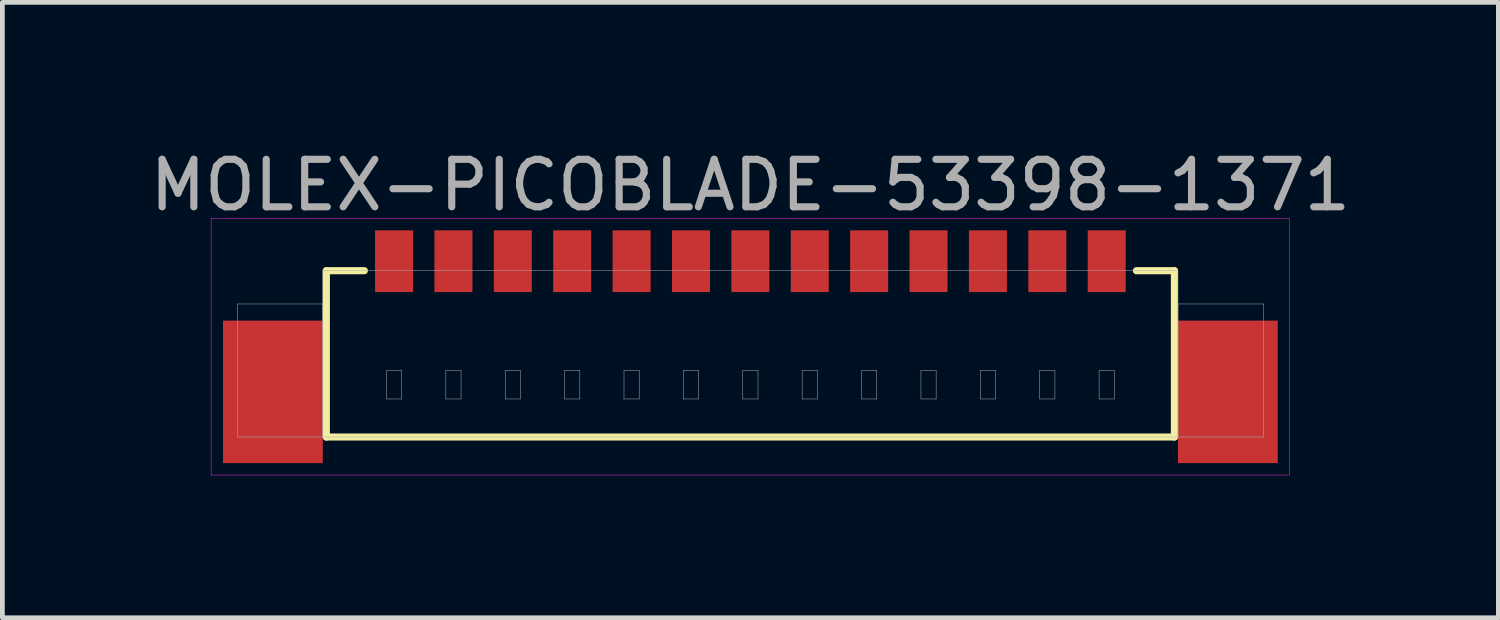
<source format=kicad_pcb>
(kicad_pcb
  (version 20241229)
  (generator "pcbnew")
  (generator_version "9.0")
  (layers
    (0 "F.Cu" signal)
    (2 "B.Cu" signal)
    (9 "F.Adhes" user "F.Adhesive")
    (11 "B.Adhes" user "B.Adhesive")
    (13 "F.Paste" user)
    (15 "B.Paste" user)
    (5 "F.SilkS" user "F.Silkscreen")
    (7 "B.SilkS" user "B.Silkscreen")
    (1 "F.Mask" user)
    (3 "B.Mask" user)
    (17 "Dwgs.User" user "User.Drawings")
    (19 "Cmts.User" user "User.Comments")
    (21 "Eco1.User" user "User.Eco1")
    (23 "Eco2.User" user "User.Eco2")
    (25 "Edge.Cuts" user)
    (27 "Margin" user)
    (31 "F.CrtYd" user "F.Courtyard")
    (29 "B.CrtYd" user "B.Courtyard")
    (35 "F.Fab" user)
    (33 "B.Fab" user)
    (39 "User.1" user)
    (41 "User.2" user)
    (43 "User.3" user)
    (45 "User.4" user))
  (footprint "MOLEX-PICOBLADE-53398-1371"
    (layer "F.Cu")
    (at 12.744 2.448)
    (property "Reference" "MOLEX-PICOBLADE-53398-1371" (at 0 -1.6 0) (layer "F.Fab") (effects (font (size 1 1) (thickness 0.15))))
    (attr smd)
    (fp_line (start -8.925 0.2) (end -8.925 3.7) (stroke (width 0.15) (type solid)) (layer "F.SilkS"))
    (fp_line (start -8.925 3.7) (end 8.925 3.7) (stroke (width 0.15) (type solid)) (layer "F.SilkS"))
    (fp_line (start -8.125 0.2) (end -8.925 0.2) (stroke (width 0.15) (type solid)) (layer "F.SilkS"))
    (fp_line (start 8.125 0.2) (end 8.925 0.2) (stroke (width 0.15) (type solid)) (layer "F.SilkS"))
    (fp_line (start 8.925 3.7) (end 8.925 0.2) (stroke (width 0.15) (type solid)) (layer "F.SilkS"))
    (fp_line (start -11.35 -0.9) (end 11.35 -0.9) (stroke (width 0.01) (type solid)) (layer "F.CrtYd"))
    (fp_line (start -11.35 4.5) (end -11.35 -0.9) (stroke (width 0.01) (type solid)) (layer "F.CrtYd"))
    (fp_line (start 11.35 -0.9) (end 11.35 4.5) (stroke (width 0.01) (type solid)) (layer "F.CrtYd"))
    (fp_line (start 11.35 4.5) (end -11.35 4.5) (stroke (width 0.01) (type solid)) (layer "F.CrtYd"))
    (fp_line (start -10.8 0.9) (end -9 0.9) (stroke (width 0.01) (type solid)) (layer "F.Fab"))
    (fp_line (start -10.8 3.7) (end -10.8 0.9) (stroke (width 0.01) (type solid)) (layer "F.Fab"))
    (fp_line (start -9 0.2) (end 9 0.2) (stroke (width 0.01) (type solid)) (layer "F.Fab"))
    (fp_line (start -9 0.9) (end -9 3.7) (stroke (width 0.01) (type solid)) (layer "F.Fab"))
    (fp_line (start -9 3.7) (end -10.8 3.7) (stroke (width 0.01) (type solid)) (layer "F.Fab"))
    (fp_line (start -9 3.7) (end -9 0.2) (stroke (width 0.01) (type solid)) (layer "F.Fab"))
    (fp_line (start -7.66 2.3) (end -7.34 2.3) (stroke (width 0.01) (type solid)) (layer "F.Fab"))
    (fp_line (start -7.66 2.9) (end -7.66 2.3) (stroke (width 0.01) (type solid)) (layer "F.Fab"))
    (fp_line (start -7.34 2.3) (end -7.34 2.9) (stroke (width 0.01) (type solid)) (layer "F.Fab"))
    (fp_line (start -7.34 2.9) (end -7.66 2.9) (stroke (width 0.01) (type solid)) (layer "F.Fab"))
    (fp_line (start -6.41 2.3) (end -6.09 2.3) (stroke (width 0.01) (type solid)) (layer "F.Fab"))
    (fp_line (start -6.41 2.9) (end -6.41 2.3) (stroke (width 0.01) (type solid)) (layer "F.Fab"))
    (fp_line (start -6.09 2.3) (end -6.09 2.9) (stroke (width 0.01) (type solid)) (layer "F.Fab"))
    (fp_line (start -6.09 2.9) (end -6.41 2.9) (stroke (width 0.01) (type solid)) (layer "F.Fab"))
    (fp_line (start -5.16 2.3) (end -4.84 2.3) (stroke (width 0.01) (type solid)) (layer "F.Fab"))
    (fp_line (start -5.16 2.9) (end -5.16 2.3) (stroke (width 0.01) (type solid)) (layer "F.Fab"))
    (fp_line (start -4.84 2.3) (end -4.84 2.9) (stroke (width 0.01) (type solid)) (layer "F.Fab"))
    (fp_line (start -4.84 2.9) (end -5.16 2.9) (stroke (width 0.01) (type solid)) (layer "F.Fab"))
    (fp_line (start -3.91 2.3) (end -3.59 2.3) (stroke (width 0.01) (type solid)) (layer "F.Fab"))
    (fp_line (start -3.91 2.9) (end -3.91 2.3) (stroke (width 0.01) (type solid)) (layer "F.Fab"))
    (fp_line (start -3.59 2.3) (end -3.59 2.9) (stroke (width 0.01) (type solid)) (layer "F.Fab"))
    (fp_line (start -3.59 2.9) (end -3.91 2.9) (stroke (width 0.01) (type solid)) (layer "F.Fab"))
    (fp_line (start -2.66 2.3) (end -2.34 2.3) (stroke (width 0.01) (type solid)) (layer "F.Fab"))
    (fp_line (start -2.66 2.9) (end -2.66 2.3) (stroke (width 0.01) (type solid)) (layer "F.Fab"))
    (fp_line (start -2.34 2.3) (end -2.34 2.9) (stroke (width 0.01) (type solid)) (layer "F.Fab"))
    (fp_line (start -2.34 2.9) (end -2.66 2.9) (stroke (width 0.01) (type solid)) (layer "F.Fab"))
    (fp_line (start -1.41 2.3) (end -1.09 2.3) (stroke (width 0.01) (type solid)) (layer "F.Fab"))
    (fp_line (start -1.41 2.9) (end -1.41 2.3) (stroke (width 0.01) (type solid)) (layer "F.Fab"))
    (fp_line (start -1.09 2.3) (end -1.09 2.9) (stroke (width 0.01) (type solid)) (layer "F.Fab"))
    (fp_line (start -1.09 2.9) (end -1.41 2.9) (stroke (width 0.01) (type solid)) (layer "F.Fab"))
    (fp_line (start -0.16 2.3) (end 0.16 2.3) (stroke (width 0.01) (type solid)) (layer "F.Fab"))
    (fp_line (start -0.16 2.9) (end -0.16 2.3) (stroke (width 0.01) (type solid)) (layer "F.Fab"))
    (fp_line (start 0.16 2.3) (end 0.16 2.9) (stroke (width 0.01) (type solid)) (layer "F.Fab"))
    (fp_line (start 0.16 2.9) (end -0.16 2.9) (stroke (width 0.01) (type solid)) (layer "F.Fab"))
    (fp_line (start 1.09 2.3) (end 1.41 2.3) (stroke (width 0.01) (type solid)) (layer "F.Fab"))
    (fp_line (start 1.09 2.9) (end 1.09 2.3) (stroke (width 0.01) (type solid)) (layer "F.Fab"))
    (fp_line (start 1.41 2.3) (end 1.41 2.9) (stroke (width 0.01) (type solid)) (layer "F.Fab"))
    (fp_line (start 1.41 2.9) (end 1.09 2.9) (stroke (width 0.01) (type solid)) (layer "F.Fab"))
    (fp_line (start 2.34 2.3) (end 2.66 2.3) (stroke (width 0.01) (type solid)) (layer "F.Fab"))
    (fp_line (start 2.34 2.9) (end 2.34 2.3) (stroke (width 0.01) (type solid)) (layer "F.Fab"))
    (fp_line (start 2.66 2.3) (end 2.66 2.9) (stroke (width 0.01) (type solid)) (layer "F.Fab"))
    (fp_line (start 2.66 2.9) (end 2.34 2.9) (stroke (width 0.01) (type solid)) (layer "F.Fab"))
    (fp_line (start 3.59 2.3) (end 3.91 2.3) (stroke (width 0.01) (type solid)) (layer "F.Fab"))
    (fp_line (start 3.59 2.9) (end 3.59 2.3) (stroke (width 0.01) (type solid)) (layer "F.Fab"))
    (fp_line (start 3.91 2.3) (end 3.91 2.9) (stroke (width 0.01) (type solid)) (layer "F.Fab"))
    (fp_line (start 3.91 2.9) (end 3.59 2.9) (stroke (width 0.01) (type solid)) (layer "F.Fab"))
    (fp_line (start 4.84 2.3) (end 5.16 2.3) (stroke (width 0.01) (type solid)) (layer "F.Fab"))
    (fp_line (start 4.84 2.9) (end 4.84 2.3) (stroke (width 0.01) (type solid)) (layer "F.Fab"))
    (fp_line (start 5.16 2.3) (end 5.16 2.9) (stroke (width 0.01) (type solid)) (layer "F.Fab"))
    (fp_line (start 5.16 2.9) (end 4.84 2.9) (stroke (width 0.01) (type solid)) (layer "F.Fab"))
    (fp_line (start 6.09 2.3) (end 6.41 2.3) (stroke (width 0.01) (type solid)) (layer "F.Fab"))
    (fp_line (start 6.09 2.9) (end 6.09 2.3) (stroke (width 0.01) (type solid)) (layer "F.Fab"))
    (fp_line (start 6.41 2.3) (end 6.41 2.9) (stroke (width 0.01) (type solid)) (layer "F.Fab"))
    (fp_line (start 6.41 2.9) (end 6.09 2.9) (stroke (width 0.01) (type solid)) (layer "F.Fab"))
    (fp_line (start 7.34 2.3) (end 7.66 2.3) (stroke (width 0.01) (type solid)) (layer "F.Fab"))
    (fp_line (start 7.34 2.9) (end 7.34 2.3) (stroke (width 0.01) (type solid)) (layer "F.Fab"))
    (fp_line (start 7.66 2.3) (end 7.66 2.9) (stroke (width 0.01) (type solid)) (layer "F.Fab"))
    (fp_line (start 7.66 2.9) (end 7.34 2.9) (stroke (width 0.01) (type solid)) (layer "F.Fab"))
    (fp_line (start 9 0.2) (end 9 3.7) (stroke (width 0.01) (type solid)) (layer "F.Fab"))
    (fp_line (start 9 0.9) (end 10.8 0.9) (stroke (width 0.01) (type solid)) (layer "F.Fab"))
    (fp_line (start 9 3.7) (end -9 3.7) (stroke (width 0.01) (type solid)) (layer "F.Fab"))
    (fp_line (start 9 3.7) (end 9 0.9) (stroke (width 0.01) (type solid)) (layer "F.Fab"))
    (fp_line (start 10.8 0.9) (end 10.8 3.7) (stroke (width 0.01) (type solid)) (layer "F.Fab"))
    (fp_line (start 10.8 3.7) (end 9 3.7) (stroke (width 0.01) (type solid)) (layer "F.Fab"))
    (pad "" smd rect (at -10.05 2.75) (size 2.1 3) (layers "F.Cu" "F.Mask" "F.Paste"))
    (pad "" smd rect (at 10.05 2.75) (size 2.1 3) (layers "F.Cu" "F.Mask" "F.Paste"))
    (pad "1" smd rect (at -7.5 0) (size 0.8 1.3) (layers "F.Cu" "F.Mask" "F.Paste"))
    (pad "2" smd rect (at -6.25 0) (size 0.8 1.3) (layers "F.Cu" "F.Mask" "F.Paste"))
    (pad "3" smd rect (at -5 0) (size 0.8 1.3) (layers "F.Cu" "F.Mask" "F.Paste"))
    (pad "4" smd rect (at -3.75 0) (size 0.8 1.3) (layers "F.Cu" "F.Mask" "F.Paste"))
    (pad "5" smd rect (at -2.5 0) (size 0.8 1.3) (layers "F.Cu" "F.Mask" "F.Paste"))
    (pad "6" smd rect (at -1.25 0) (size 0.8 1.3) (layers "F.Cu" "F.Mask" "F.Paste"))
    (pad "7" smd rect (at 0 0) (size 0.8 1.3) (layers "F.Cu" "F.Mask" "F.Paste"))
    (pad "8" smd rect (at 1.25 0) (size 0.8 1.3) (layers "F.Cu" "F.Mask" "F.Paste"))
    (pad "9" smd rect (at 2.5 0) (size 0.8 1.3) (layers "F.Cu" "F.Mask" "F.Paste"))
    (pad "10" smd rect (at 3.75 0) (size 0.8 1.3) (layers "F.Cu" "F.Mask" "F.Paste"))
    (pad "11" smd rect (at 5 0) (size 0.8 1.3) (layers "F.Cu" "F.Mask" "F.Paste"))
    (pad "12" smd rect (at 6.25 0) (size 0.8 1.3) (layers "F.Cu" "F.Mask" "F.Paste"))
    (pad "13" smd rect (at 7.5 0) (size 0.8 1.3) (layers "F.Cu" "F.Mask" "F.Paste")))
  (gr_rect
    (start -3 -3)
    (end 28.488 9.953)
    (stroke (width 0.1) (type default))
    (fill no)
    (layer "Edge.Cuts")))
</source>
